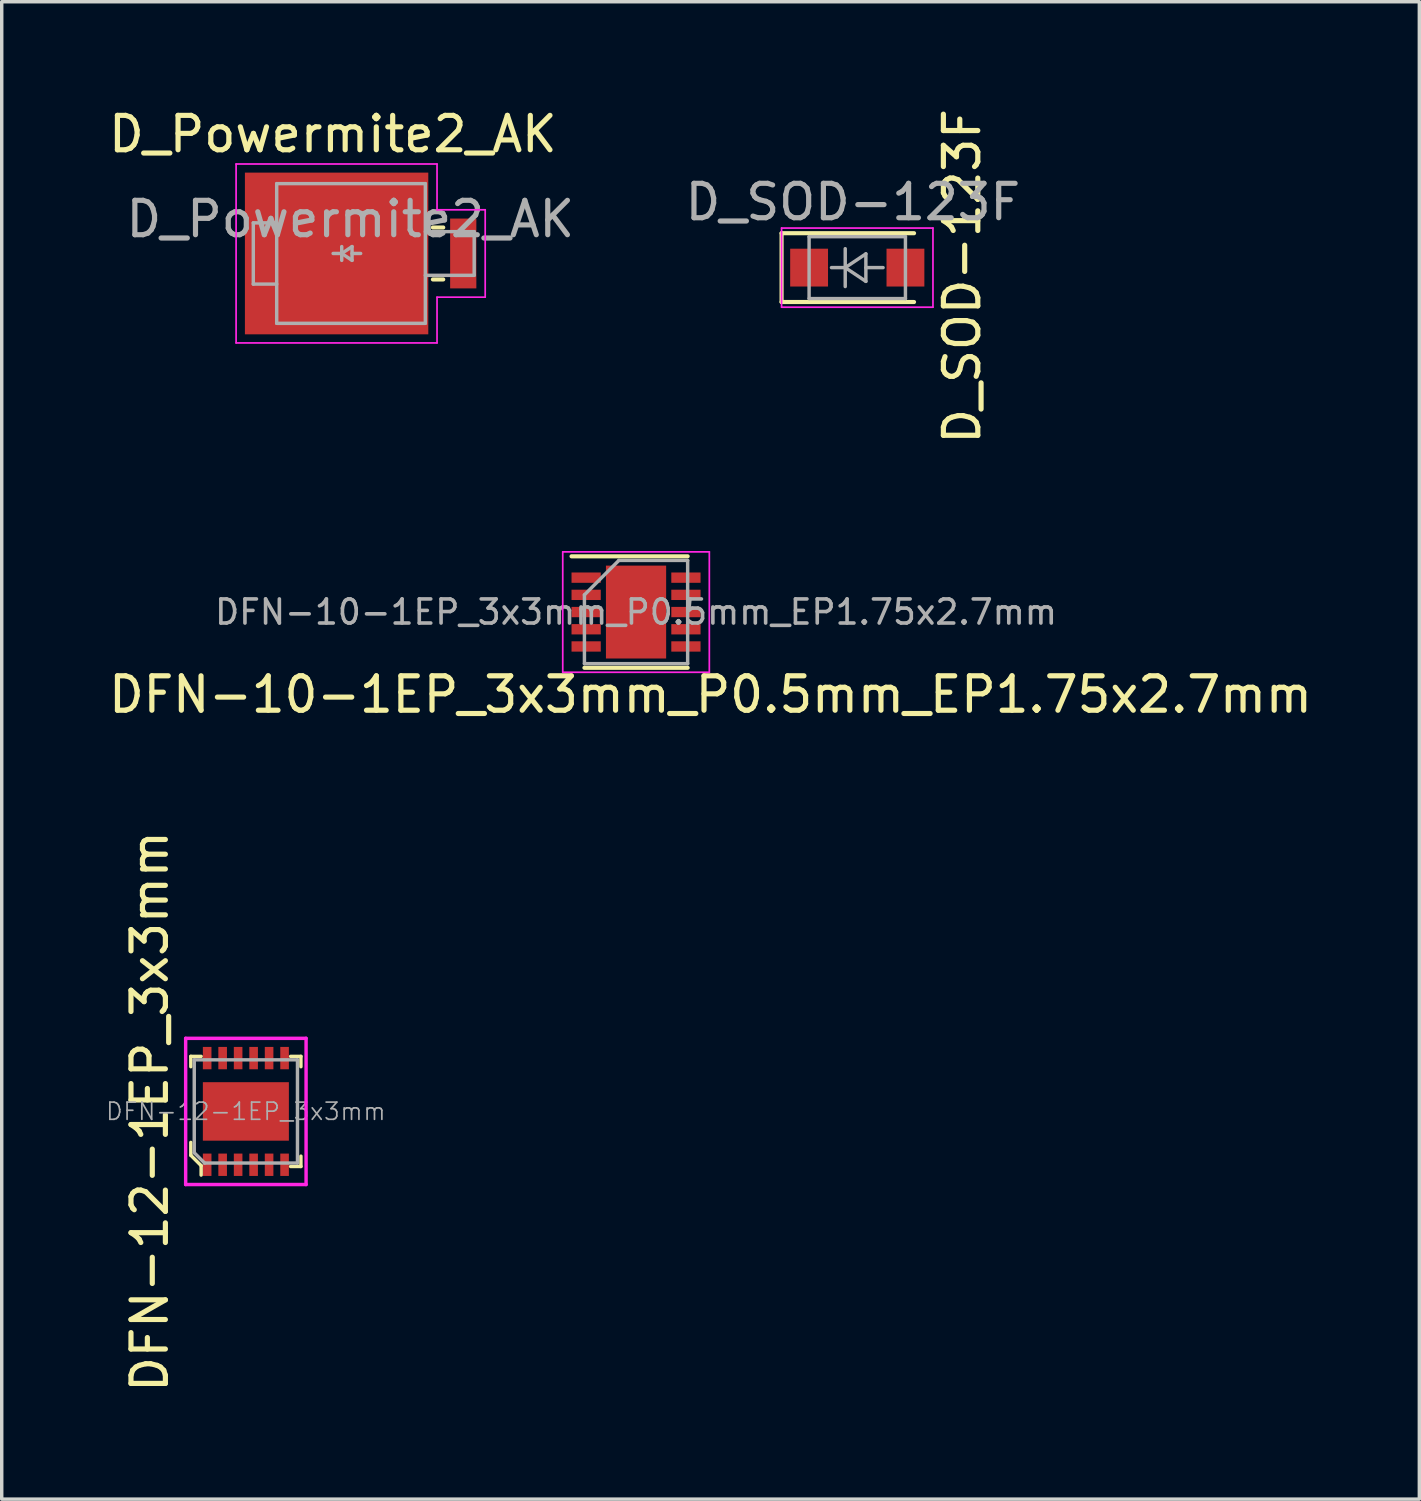
<source format=kicad_pcb>
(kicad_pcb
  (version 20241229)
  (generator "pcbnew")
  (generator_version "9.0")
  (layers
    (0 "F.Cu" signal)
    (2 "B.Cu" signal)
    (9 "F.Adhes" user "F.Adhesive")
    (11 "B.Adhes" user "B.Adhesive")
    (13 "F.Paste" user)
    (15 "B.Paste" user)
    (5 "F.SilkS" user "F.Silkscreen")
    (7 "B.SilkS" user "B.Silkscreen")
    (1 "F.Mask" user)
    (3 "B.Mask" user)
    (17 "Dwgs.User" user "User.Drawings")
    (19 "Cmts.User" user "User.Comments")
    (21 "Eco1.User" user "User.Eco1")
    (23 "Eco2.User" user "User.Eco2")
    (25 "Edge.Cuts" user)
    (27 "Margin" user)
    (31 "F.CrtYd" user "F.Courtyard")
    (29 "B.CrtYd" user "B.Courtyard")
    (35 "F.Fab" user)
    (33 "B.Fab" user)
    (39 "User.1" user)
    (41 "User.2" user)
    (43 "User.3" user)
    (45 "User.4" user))
  (footprint "D_Powermite2_AK"
    (layer "F.Cu")
    (at 7.432 4.317)
    (property "Reference" "D_Powermite2_AK" (at -0.807 -3.469 180) (layer "F.SilkS") (effects (font (size 1 1) (thickness 0.15))))
    (attr smd)
    (fp_line (start 2.4 -0.755) (end 2.1 -0.755) (stroke (width 0.12) (type solid)) (layer "F.SilkS"))
    (fp_line (start 2.4 0.755) (end 2.1 0.755) (stroke (width 0.12) (type solid)) (layer "F.SilkS"))
    (fp_line (start -3.62 -2.6) (end -3.62 2.6) (stroke (width 0.05) (type solid)) (layer "F.CrtYd"))
    (fp_line (start -3.62 2.6) (end 2.22 2.6) (stroke (width 0.05) (type solid)) (layer "F.CrtYd"))
    (fp_line (start 2.22 -2.6) (end -3.62 -2.6) (stroke (width 0.05) (type solid)) (layer "F.CrtYd"))
    (fp_line (start 2.22 -1.27) (end 2.22 -2.6) (stroke (width 0.05) (type solid)) (layer "F.CrtYd"))
    (fp_line (start 2.22 1.27) (end 3.62 1.27) (stroke (width 0.05) (type solid)) (layer "F.CrtYd"))
    (fp_line (start 2.22 2.6) (end 2.22 1.27) (stroke (width 0.05) (type solid)) (layer "F.CrtYd"))
    (fp_line (start 3.62 -1.27) (end 2.22 -1.27) (stroke (width 0.05) (type solid)) (layer "F.CrtYd"))
    (fp_line (start 3.62 1.27) (end 3.62 -1.27) (stroke (width 0.05) (type solid)) (layer "F.CrtYd"))
    (fp_line (start -3.12 -0.89) (end -2.44 -0.89) (stroke (width 0.1) (type solid)) (layer "F.Fab"))
    (fp_line (start -3.12 0.89) (end -3.12 -0.89) (stroke (width 0.1) (type solid)) (layer "F.Fab"))
    (fp_line (start -2.44 -2.03) (end -2.44 2.03) (stroke (width 0.1) (type solid)) (layer "F.Fab"))
    (fp_line (start -2.44 0.89) (end -3.12 0.89) (stroke (width 0.1) (type solid)) (layer "F.Fab"))
    (fp_line (start -2.44 2.03) (end 1.88 2.03) (stroke (width 0.1) (type solid)) (layer "F.Fab"))
    (fp_line (start -0.55 0) (end -0.8 0) (stroke (width 0.1) (type solid)) (layer "F.Fab"))
    (fp_line (start -0.55 0) (end -0.25 0.2) (stroke (width 0.1) (type solid)) (layer "F.Fab"))
    (fp_line (start -0.55 0.2) (end -0.55 -0.2) (stroke (width 0.1) (type solid)) (layer "F.Fab"))
    (fp_line (start -0.25 -0.2) (end -0.55 0) (stroke (width 0.1) (type solid)) (layer "F.Fab"))
    (fp_line (start -0.25 0) (end 0 0) (stroke (width 0.1) (type solid)) (layer "F.Fab"))
    (fp_line (start -0.25 0.2) (end -0.25 -0.2) (stroke (width 0.1) (type solid)) (layer "F.Fab"))
    (fp_line (start 1.88 -2.03) (end -2.44 -2.03) (stroke (width 0.1) (type solid)) (layer "F.Fab"))
    (fp_line (start 1.88 2.03) (end 1.88 -2.03) (stroke (width 0.1) (type solid)) (layer "F.Fab"))
    (fp_line (start 3.3 -0.635) (end 1.88 -0.635) (stroke (width 0.1) (type solid)) (layer "F.Fab"))
    (fp_line (start 3.3 0.635) (end 1.88 0.635) (stroke (width 0.1) (type solid)) (layer "F.Fab"))
    (fp_line (start 3.3 0.635) (end 3.3 -0.635) (stroke (width 0.1) (type solid)) (layer "F.Fab"))
    (fp_text user "${REFERENCE}" (at -0.3 -1 0) (layer "F.Fab") (effects (font (size 1 1) (thickness 0.15))))
    (pad "1" smd rect (at -0.699 0) (size 5.33 4.7) (layers "F.Cu" "F.Mask" "F.Paste"))
    (pad "2" smd rect (at 2.982 0) (size 0.762 2.03) (layers "F.Cu" "F.Mask" "F.Paste")))
  (footprint "DFN-10-1EP_3x3mm_P0.5mm_EP1.75x2.7mm"
    (layer "F.Cu")
    (at 15.436 14.739)
    (property "Reference" "DFN-10-1EP_3x3mm_P0.5mm_EP1.75x2.7mm" (at 2.166 2.398 0) (layer "F.SilkS") (effects (font (size 1 1) (thickness 0.15))))
    (attr smd)
    (fp_line (start -1.875 -1.62) (end 1.5 -1.62) (stroke (width 0.12) (type solid)) (layer "F.SilkS"))
    (fp_line (start -1.5 1.62) (end 1.5 1.62) (stroke (width 0.12) (type solid)) (layer "F.SilkS"))
    (fp_line (start -2.13 -1.75) (end -2.13 1.75) (stroke (width 0.05) (type solid)) (layer "F.CrtYd"))
    (fp_line (start -2.13 -1.75) (end 2.13 -1.75) (stroke (width 0.05) (type solid)) (layer "F.CrtYd"))
    (fp_line (start -2.13 1.75) (end 2.13 1.75) (stroke (width 0.05) (type solid)) (layer "F.CrtYd"))
    (fp_line (start 2.13 -1.75) (end 2.13 1.75) (stroke (width 0.05) (type solid)) (layer "F.CrtYd"))
    (fp_line (start -1.5 -0.5) (end -0.5 -1.5) (stroke (width 0.1) (type solid)) (layer "F.Fab"))
    (fp_line (start -1.5 1.5) (end -1.5 -0.5) (stroke (width 0.1) (type solid)) (layer "F.Fab"))
    (fp_line (start -0.5 -1.5) (end 1.5 -1.5) (stroke (width 0.1) (type solid)) (layer "F.Fab"))
    (fp_line (start 1.5 -1.5) (end 1.5 1.5) (stroke (width 0.1) (type solid)) (layer "F.Fab"))
    (fp_line (start 1.5 1.5) (end -1.5 1.5) (stroke (width 0.1) (type solid)) (layer "F.Fab"))
    (fp_text user "${REFERENCE}" (at 0 0 0) (layer "F.Fab") (effects (font (size 0.7 0.7) (thickness 0.105))))
    (pad "" smd rect (at -0.388 -0.62) (size 0.6 1.05) (layers "F.Paste"))
    (pad "" smd rect (at -0.388 0.62) (size 0.6 1.05) (layers "F.Paste"))
    (pad "" smd rect (at 0.388 -0.62) (size 0.6 1.05) (layers "F.Paste"))
    (pad "" smd rect (at 0.388 0.62) (size 0.6 1.05) (layers "F.Paste"))
    (pad "1" smd rect (at -1.45 -1) (size 0.85 0.3) (layers "F.Cu" "F.Mask" "F.Paste"))
    (pad "2" smd rect (at -1.45 -0.5) (size 0.85 0.3) (layers "F.Cu" "F.Mask" "F.Paste"))
    (pad "3" smd rect (at -1.45 0) (size 0.85 0.3) (layers "F.Cu" "F.Mask" "F.Paste"))
    (pad "4" smd rect (at -1.45 0.5) (size 0.85 0.3) (layers "F.Cu" "F.Mask" "F.Paste"))
    (pad "5" smd rect (at -1.45 1) (size 0.85 0.3) (layers "F.Cu" "F.Mask" "F.Paste"))
    (pad "6" smd rect (at 1.45 1) (size 0.85 0.3) (layers "F.Cu" "F.Mask" "F.Paste"))
    (pad "7" smd rect (at 1.45 0.5) (size 0.85 0.3) (layers "F.Cu" "F.Mask" "F.Paste"))
    (pad "8" smd rect (at 1.45 0) (size 0.85 0.3) (layers "F.Cu" "F.Mask" "F.Paste"))
    (pad "9" smd rect (at 1.45 -0.5) (size 0.85 0.3) (layers "F.Cu" "F.Mask" "F.Paste"))
    (pad "10" smd rect (at 1.45 -1) (size 0.85 0.3) (layers "F.Cu" "F.Mask" "F.Paste"))
    (pad "11" smd rect (at 0 0) (size 1.75 2.7) (layers "F.Cu" "F.Mask")))
  (footprint "DFN-12-1EP_3x3mm"
    (layer "F.Cu")
    (at 4.096 29.253)
    (property "Reference" "DFN-12-1EP_3x3mm" (at -2.794 0 90) (layer "F.SilkS") (effects (font (size 1 1) (thickness 0.15))))
    (attr through_hole)
    (fp_line (start -1.6 -1.6) (end -1.6 -1.3) (stroke (width 0.1) (type solid)) (layer "F.SilkS"))
    (fp_line (start -1.6 -1.6) (end -1.3 -1.6) (stroke (width 0.1) (type solid)) (layer "F.SilkS"))
    (fp_line (start -1.6 0.9) (end -1.6 1.275) (stroke (width 0.1) (type solid)) (layer "F.SilkS"))
    (fp_line (start -1.6 1.275) (end -1.3 1.575) (stroke (width 0.1) (type solid)) (layer "F.SilkS"))
    (fp_line (start -1.3 1.575) (end -1.3 1.85) (stroke (width 0.1) (type solid)) (layer "F.SilkS"))
    (fp_line (start 1.6 -1.6) (end 1.3 -1.6) (stroke (width 0.1) (type solid)) (layer "F.SilkS"))
    (fp_line (start 1.6 -1.6) (end 1.6 -1.3) (stroke (width 0.1) (type solid)) (layer "F.SilkS"))
    (fp_line (start 1.6 1.6) (end 1.3 1.6) (stroke (width 0.1) (type solid)) (layer "F.SilkS"))
    (fp_line (start 1.6 1.6) (end 1.6 1.3) (stroke (width 0.1) (type solid)) (layer "F.SilkS"))
    (fp_line (start -1.75 -2.125) (end 1.75 -2.125) (stroke (width 0.1) (type solid)) (layer "F.CrtYd"))
    (fp_line (start -1.75 2.125) (end -1.75 -2.125) (stroke (width 0.1) (type solid)) (layer "F.CrtYd"))
    (fp_line (start 1.75 -2.125) (end 1.75 2.125) (stroke (width 0.1) (type solid)) (layer "F.CrtYd"))
    (fp_line (start 1.75 2.125) (end -1.75 2.125) (stroke (width 0.1) (type solid)) (layer "F.CrtYd"))
    (fp_line (start -1.5 -1.5) (end 1.5 -1.5) (stroke (width 0.1) (type solid)) (layer "F.Fab"))
    (fp_line (start -1.5 1.2) (end -1.5 -1.5) (stroke (width 0.1) (type solid)) (layer "F.Fab"))
    (fp_line (start -1.5 1.2) (end -1.2 1.5) (stroke (width 0.1) (type solid)) (layer "F.Fab"))
    (fp_line (start -1.2 1.5) (end 1.5 1.5) (stroke (width 0.1) (type solid)) (layer "F.Fab"))
    (fp_line (start 1.5 -1.5) (end 1.5 1.5) (stroke (width 0.1) (type solid)) (layer "F.Fab"))
    (fp_text user "${REFERENCE}" (at 0 0 0) (layer "F.Fab") (effects (font (size 0.5 0.5) (thickness 0.05))))
    (pad "1" smd rect (at -1.125 1.55) (size 0.25 0.65) (layers "F.Cu" "F.Mask" "F.Paste"))
    (pad "2" smd rect (at -0.675 1.55) (size 0.25 0.65) (layers "F.Cu" "F.Mask" "F.Paste"))
    (pad "3" smd rect (at -0.225 1.55) (size 0.25 0.65) (layers "F.Cu" "F.Mask" "F.Paste"))
    (pad "4" smd rect (at 0.225 1.55) (size 0.25 0.65) (layers "F.Cu" "F.Mask" "F.Paste"))
    (pad "5" smd rect (at 0.675 1.55) (size 0.25 0.65) (layers "F.Cu" "F.Mask" "F.Paste"))
    (pad "6" smd rect (at 1.125 1.55) (size 0.25 0.65) (layers "F.Cu" "F.Mask" "F.Paste"))
    (pad "7" smd rect (at 1.125 -1.55) (size 0.25 0.65) (layers "F.Cu" "F.Mask" "F.Paste"))
    (pad "8" smd rect (at 0.675 -1.55) (size 0.25 0.65) (layers "F.Cu" "F.Mask" "F.Paste"))
    (pad "9" smd rect (at 0.225 -1.55) (size 0.25 0.65) (layers "F.Cu" "F.Mask" "F.Paste"))
    (pad "10" smd rect (at -0.225 -1.55) (size 0.25 0.65) (layers "F.Cu" "F.Mask" "F.Paste"))
    (pad "11" smd rect (at -0.675 -1.55) (size 0.25 0.65) (layers "F.Cu" "F.Mask" "F.Paste"))
    (pad "12" smd rect (at -1.125 -1.55) (size 0.25 0.65) (layers "F.Cu" "F.Mask" "F.Paste"))
    (pad "13" smd rect (at 0 0) (size 2.5 1.7) (layers "F.Cu" "F.Mask" "F.Paste")))
  (footprint "D_SOD-123F"
    (layer "F.Cu")
    (at 21.866 4.728)
    (property "Reference" "D_SOD-123F" (at 3.048 0.254 270) (layer "F.SilkS") (effects (font (size 1 1) (thickness 0.15))))
    (attr smd)
    (fp_line (start -2.2 -1) (end -2.2 1) (stroke (width 0.12) (type solid)) (layer "F.SilkS"))
    (fp_line (start -2.2 -1) (end 1.65 -1) (stroke (width 0.12) (type solid)) (layer "F.SilkS"))
    (fp_line (start -2.2 1) (end 1.65 1) (stroke (width 0.12) (type solid)) (layer "F.SilkS"))
    (fp_line (start -2.2 -1.15) (end -2.2 1.15) (stroke (width 0.05) (type solid)) (layer "F.CrtYd"))
    (fp_line (start -2.2 -1.15) (end 2.2 -1.15) (stroke (width 0.05) (type solid)) (layer "F.CrtYd"))
    (fp_line (start 2.2 -1.15) (end 2.2 1.15) (stroke (width 0.05) (type solid)) (layer "F.CrtYd"))
    (fp_line (start 2.2 1.15) (end -2.2 1.15) (stroke (width 0.05) (type solid)) (layer "F.CrtYd"))
    (fp_line (start -1.4 -0.9) (end 1.4 -0.9) (stroke (width 0.1) (type solid)) (layer "F.Fab"))
    (fp_line (start -1.4 0.9) (end -1.4 -0.9) (stroke (width 0.1) (type solid)) (layer "F.Fab"))
    (fp_line (start -0.75 0) (end -0.35 0) (stroke (width 0.1) (type solid)) (layer "F.Fab"))
    (fp_line (start -0.35 0) (end -0.35 -0.55) (stroke (width 0.1) (type solid)) (layer "F.Fab"))
    (fp_line (start -0.35 0) (end -0.35 0.55) (stroke (width 0.1) (type solid)) (layer "F.Fab"))
    (fp_line (start -0.35 0) (end 0.25 -0.4) (stroke (width 0.1) (type solid)) (layer "F.Fab"))
    (fp_line (start 0.25 -0.4) (end 0.25 0.4) (stroke (width 0.1) (type solid)) (layer "F.Fab"))
    (fp_line (start 0.25 0) (end 0.75 0) (stroke (width 0.1) (type solid)) (layer "F.Fab"))
    (fp_line (start 0.25 0.4) (end -0.35 0) (stroke (width 0.1) (type solid)) (layer "F.Fab"))
    (fp_line (start 1.4 -0.9) (end 1.4 0.9) (stroke (width 0.1) (type solid)) (layer "F.Fab"))
    (fp_line (start 1.4 0.9) (end -1.4 0.9) (stroke (width 0.1) (type solid)) (layer "F.Fab"))
    (fp_text user "${REFERENCE}" (at -0.127 -1.905 0) (layer "F.Fab") (effects (font (size 1 1) (thickness 0.15))))
    (pad "1" smd rect (at -1.4 0) (size 1.1 1.1) (layers "F.Cu" "F.Mask" "F.Paste"))
    (pad "2" smd rect (at 1.4 0) (size 1.1 1.1) (layers "F.Cu" "F.Mask" "F.Paste")))
  (gr_rect
    (start -3 -3)
    (end 38.202 40.521)
    (stroke (width 0.1) (type default))
    (fill no)
    (layer "Edge.Cuts")))
</source>
